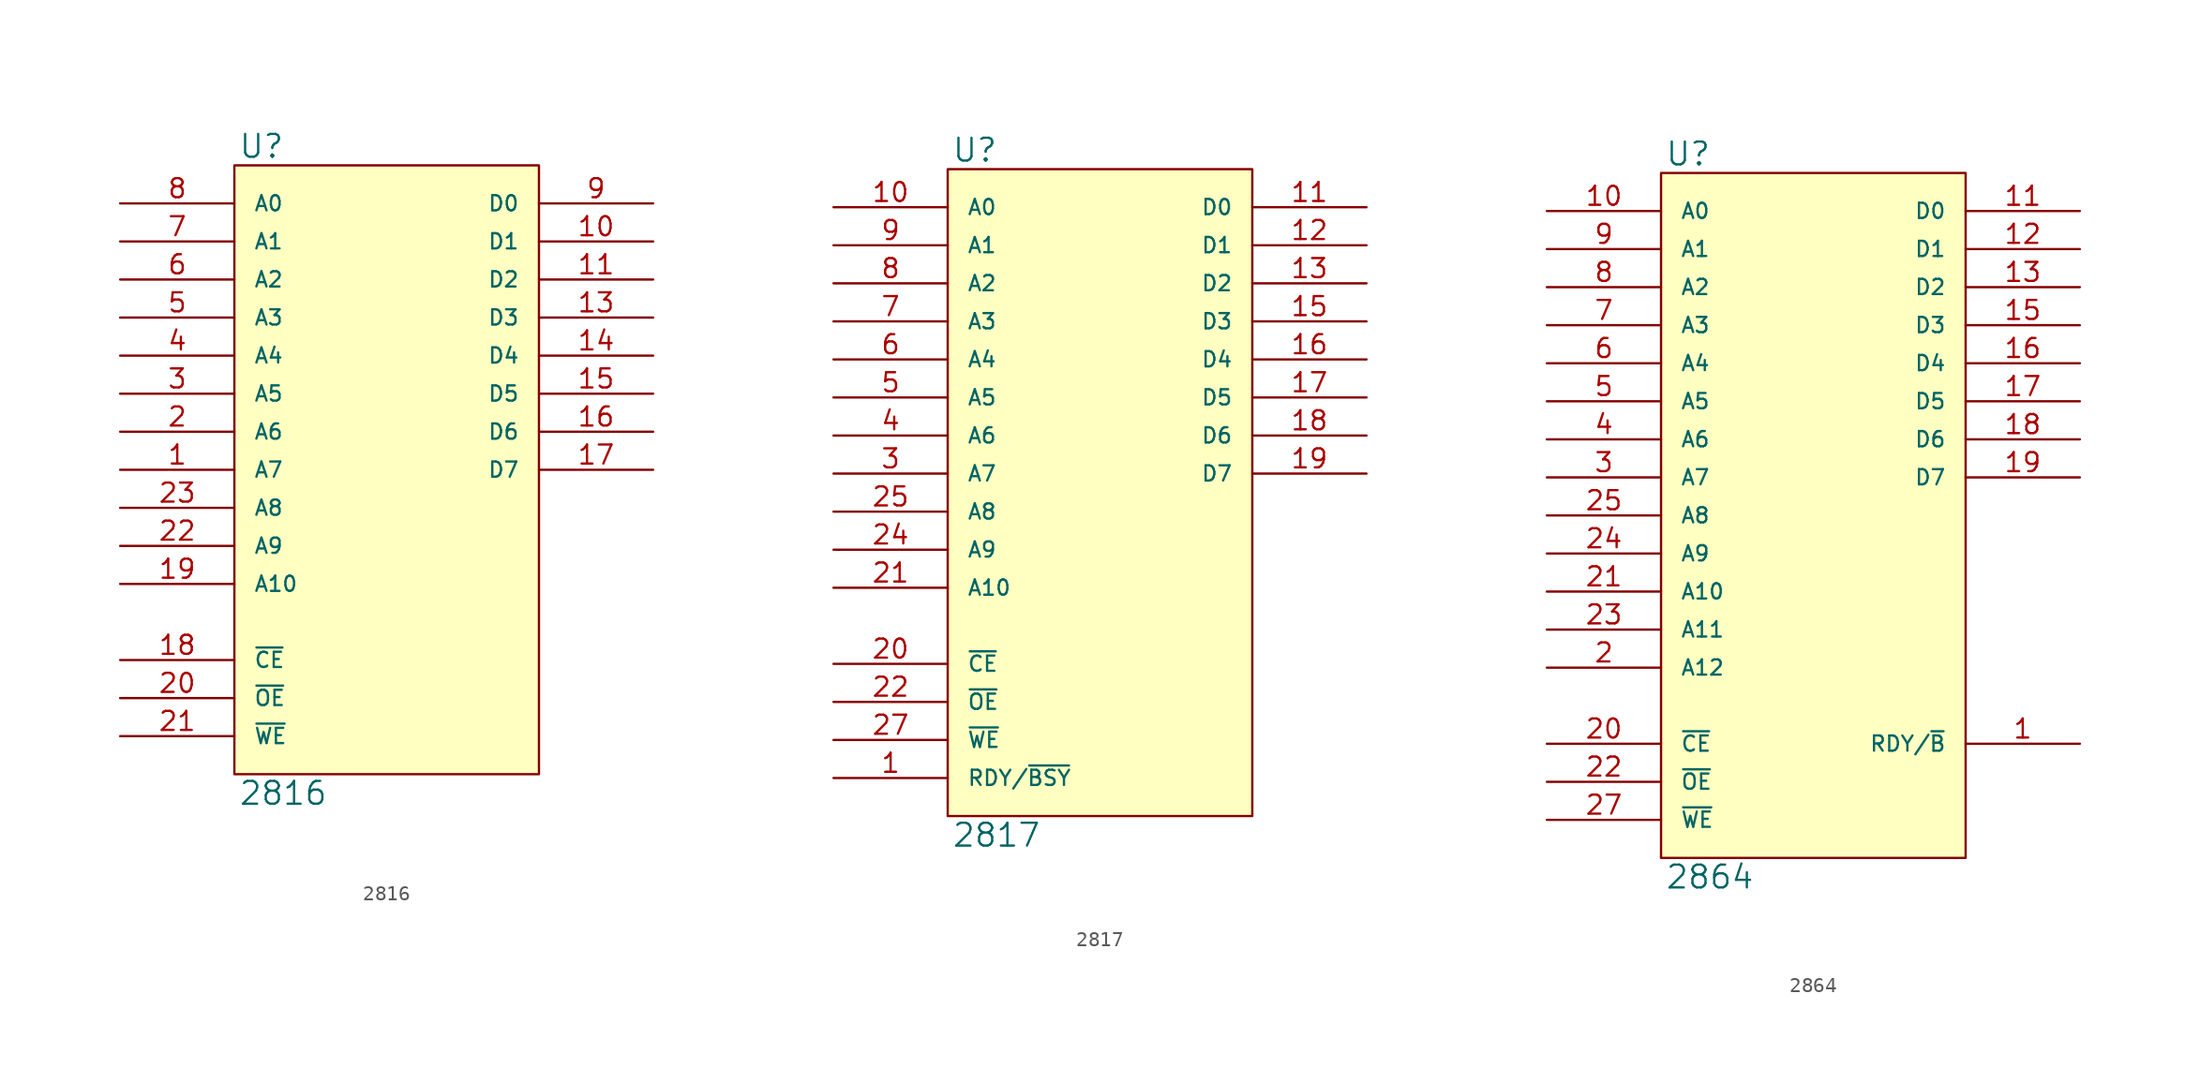
<source format=kicad_sym>
(kicad_symbol_lib
  (version 20231120)
  (generator "kicad_symbol_editor")
  (generator_version "8.0")
  (symbol "2816"
    (pin_names
      (offset 1.27))
    (property "Reference" "U"
      (at 0.254 0.381 0)
      (effects (font (size 1.524 1.524)) (justify left bottom)))
    (property "Value" "2816"
      (at 0.254 -41.021 0)
      (effects (font (size 1.524 1.524)) (justify left top)))
    (symbol "2816_0_1"
      (rectangle (start 0 0) (end 20.32 -40.64) (stroke (width 0) (type solid)) (fill (type background))))
    (symbol "2816_1_1"
      (pin input line (at -7.62 -20.32 0) (length 7.62) (name "A7" (effects (font (size 1.016 1.016)))) (number "1" (effects (font (size 1.27 1.27)))))
      (pin tri_state line (at 27.94 -5.08 180) (length 7.62) (name "D1" (effects (font (size 1.016 1.016)))) (number "10" (effects (font (size 1.27 1.27)))))
      (pin tri_state line (at 27.94 -7.62 180) (length 7.62) (name "D2" (effects (font (size 1.016 1.016)))) (number "11" (effects (font (size 1.27 1.27)))))
      (pin power_in line (at 0 -40.64 90) (length 0) hide (name "GND" (effects (font (size 1.016 1.016)))) (number "12" (effects (font (size 1.27 1.27)))))
      (pin tri_state line (at 27.94 -10.16 180) (length 7.62) (name "D3" (effects (font (size 1.016 1.016)))) (number "13" (effects (font (size 1.27 1.27)))))
      (pin tri_state line (at 27.94 -12.7 180) (length 7.62) (name "D4" (effects (font (size 1.016 1.016)))) (number "14" (effects (font (size 1.27 1.27)))))
      (pin tri_state line (at 27.94 -15.24 180) (length 7.62) (name "D5" (effects (font (size 1.016 1.016)))) (number "15" (effects (font (size 1.27 1.27)))))
      (pin tri_state line (at 27.94 -17.78 180) (length 7.62) (name "D6" (effects (font (size 1.016 1.016)))) (number "16" (effects (font (size 1.27 1.27)))))
      (pin tri_state line (at 27.94 -20.32 180) (length 7.62) (name "D7" (effects (font (size 1.016 1.016)))) (number "17" (effects (font (size 1.27 1.27)))))
      (pin input line (at -7.62 -33.02 0) (length 7.62) (name "~{CE}" (effects (font (size 1.016 1.016)))) (number "18" (effects (font (size 1.27 1.27)))))
      (pin input line (at -7.62 -27.94 0) (length 7.62) (name "A10" (effects (font (size 1.016 1.016)))) (number "19" (effects (font (size 1.27 1.27)))))
      (pin input line (at -7.62 -17.78 0) (length 7.62) (name "A6" (effects (font (size 1.016 1.016)))) (number "2" (effects (font (size 1.27 1.27)))))
      (pin input line (at -7.62 -35.56 0) (length 7.62) (name "~{OE}" (effects (font (size 1.016 1.016)))) (number "20" (effects (font (size 1.27 1.27)))))
      (pin input line (at -7.62 -38.1 0) (length 7.62) (name "~{WE}" (effects (font (size 1.016 1.016)))) (number "21" (effects (font (size 1.27 1.27)))))
      (pin input line (at -7.62 -25.4 0) (length 7.62) (name "A9" (effects (font (size 1.016 1.016)))) (number "22" (effects (font (size 1.27 1.27)))))
      (pin input line (at -7.62 -22.86 0) (length 7.62) (name "A8" (effects (font (size 1.016 1.016)))) (number "23" (effects (font (size 1.27 1.27)))))
      (pin power_in line (at 0 0 270) (length 0) hide (name "VCC" (effects (font (size 1.016 1.016)))) (number "24" (effects (font (size 1.27 1.27)))))
      (pin input line (at -7.62 -15.24 0) (length 7.62) (name "A5" (effects (font (size 1.016 1.016)))) (number "3" (effects (font (size 1.27 1.27)))))
      (pin input line (at -7.62 -12.7 0) (length 7.62) (name "A4" (effects (font (size 1.016 1.016)))) (number "4" (effects (font (size 1.27 1.27)))))
      (pin input line (at -7.62 -10.16 0) (length 7.62) (name "A3" (effects (font (size 1.016 1.016)))) (number "5" (effects (font (size 1.27 1.27)))))
      (pin input line (at -7.62 -7.62 0) (length 7.62) (name "A2" (effects (font (size 1.016 1.016)))) (number "6" (effects (font (size 1.27 1.27)))))
      (pin input line (at -7.62 -5.08 0) (length 7.62) (name "A1" (effects (font (size 1.016 1.016)))) (number "7" (effects (font (size 1.27 1.27)))))
      (pin input line (at -7.62 -2.54 0) (length 7.62) (name "A0" (effects (font (size 1.016 1.016)))) (number "8" (effects (font (size 1.27 1.27)))))
      (pin tri_state line (at 27.94 -2.54 180) (length 7.62) (name "D0" (effects (font (size 1.016 1.016)))) (number "9" (effects (font (size 1.27 1.27)))))))
  (symbol "2817"
    (pin_names
      (offset 1.27))
    (property "Reference" "U"
      (at 0.254 0.381 0)
      (effects (font (size 1.524 1.524)) (justify left bottom)))
    (property "Value" "2817"
      (at 0.254 -43.561 0)
      (effects (font (size 1.524 1.524)) (justify left top)))
    (symbol "2817_0_1"
      (rectangle (start 0 0) (end 20.32 -43.18) (stroke (width 0) (type solid)) (fill (type background))))
    (symbol "2817_1_1"
      (pin input line (at -7.62 -40.64 0) (length 7.62) (name "RDY/~{BSY}" (effects (font (size 1.016 1.016)))) (number "1" (effects (font (size 1.27 1.27)))))
      (pin input line (at -7.62 -2.54 0) (length 7.62) (name "A0" (effects (font (size 1.016 1.016)))) (number "10" (effects (font (size 1.27 1.27)))))
      (pin tri_state line (at 27.94 -2.54 180) (length 7.62) (name "D0" (effects (font (size 1.016 1.016)))) (number "11" (effects (font (size 1.27 1.27)))))
      (pin tri_state line (at 27.94 -5.08 180) (length 7.62) (name "D1" (effects (font (size 1.016 1.016)))) (number "12" (effects (font (size 1.27 1.27)))))
      (pin tri_state line (at 27.94 -7.62 180) (length 7.62) (name "D2" (effects (font (size 1.016 1.016)))) (number "13" (effects (font (size 1.27 1.27)))))
      (pin power_in line (at 0 -43.18 90) (length 0) hide (name "GND" (effects (font (size 1.016 1.016)))) (number "14" (effects (font (size 1.27 1.27)))))
      (pin tri_state line (at 27.94 -10.16 180) (length 7.62) (name "D3" (effects (font (size 1.016 1.016)))) (number "15" (effects (font (size 1.27 1.27)))))
      (pin tri_state line (at 27.94 -12.7 180) (length 7.62) (name "D4" (effects (font (size 1.016 1.016)))) (number "16" (effects (font (size 1.27 1.27)))))
      (pin tri_state line (at 27.94 -15.24 180) (length 7.62) (name "D5" (effects (font (size 1.016 1.016)))) (number "17" (effects (font (size 1.27 1.27)))))
      (pin tri_state line (at 27.94 -17.78 180) (length 7.62) (name "D6" (effects (font (size 1.016 1.016)))) (number "18" (effects (font (size 1.27 1.27)))))
      (pin tri_state line (at 27.94 -20.32 180) (length 7.62) (name "D7" (effects (font (size 1.016 1.016)))) (number "19" (effects (font (size 1.27 1.27)))))
      (pin input line (at -7.62 -33.02 0) (length 7.62) (name "~{CE}" (effects (font (size 1.016 1.016)))) (number "20" (effects (font (size 1.27 1.27)))))
      (pin input line (at -7.62 -27.94 0) (length 7.62) (name "A10" (effects (font (size 1.016 1.016)))) (number "21" (effects (font (size 1.27 1.27)))))
      (pin input line (at -7.62 -35.56 0) (length 7.62) (name "~{OE}" (effects (font (size 1.016 1.016)))) (number "22" (effects (font (size 1.27 1.27)))))
      (pin input line (at -7.62 -25.4 0) (length 7.62) (name "A9" (effects (font (size 1.016 1.016)))) (number "24" (effects (font (size 1.27 1.27)))))
      (pin input line (at -7.62 -22.86 0) (length 7.62) (name "A8" (effects (font (size 1.016 1.016)))) (number "25" (effects (font (size 1.27 1.27)))))
      (pin input line (at -7.62 -38.1 0) (length 7.62) (name "~{WE}" (effects (font (size 1.016 1.016)))) (number "27" (effects (font (size 1.27 1.27)))))
      (pin power_in line (at 0 0 270) (length 0) hide (name "VCC" (effects (font (size 1.016 1.016)))) (number "28" (effects (font (size 1.27 1.27)))))
      (pin input line (at -7.62 -20.32 0) (length 7.62) (name "A7" (effects (font (size 1.016 1.016)))) (number "3" (effects (font (size 1.27 1.27)))))
      (pin input line (at -7.62 -17.78 0) (length 7.62) (name "A6" (effects (font (size 1.016 1.016)))) (number "4" (effects (font (size 1.27 1.27)))))
      (pin input line (at -7.62 -15.24 0) (length 7.62) (name "A5" (effects (font (size 1.016 1.016)))) (number "5" (effects (font (size 1.27 1.27)))))
      (pin input line (at -7.62 -12.7 0) (length 7.62) (name "A4" (effects (font (size 1.016 1.016)))) (number "6" (effects (font (size 1.27 1.27)))))
      (pin input line (at -7.62 -10.16 0) (length 7.62) (name "A3" (effects (font (size 1.016 1.016)))) (number "7" (effects (font (size 1.27 1.27)))))
      (pin input line (at -7.62 -7.62 0) (length 7.62) (name "A2" (effects (font (size 1.016 1.016)))) (number "8" (effects (font (size 1.27 1.27)))))
      (pin input line (at -7.62 -5.08 0) (length 7.62) (name "A1" (effects (font (size 1.016 1.016)))) (number "9" (effects (font (size 1.27 1.27)))))))
  (symbol "2864"
    (pin_names
      (offset 1.27))
    (property "Reference" "U"
      (at 0.254 0.381 0)
      (effects (font (size 1.524 1.524)) (justify left bottom)))
    (property "Value" "2864"
      (at 0.254 -46.101 0)
      (effects (font (size 1.524 1.524)) (justify left top)))
    (symbol "2864_0_1"
      (rectangle (start 0 0) (end 20.32 -45.72) (stroke (width 0) (type solid)) (fill (type background))))
    (symbol "2864_1_1"
      (pin output line (at 27.94 -38.1 180) (length 7.62) (name "RDY/~{B}" (effects (font (size 1.016 1.016)))) (number "1" (effects (font (size 1.27 1.27)))))
      (pin input line (at -7.62 -2.54 0) (length 7.62) (name "A0" (effects (font (size 1.016 1.016)))) (number "10" (effects (font (size 1.27 1.27)))))
      (pin tri_state line (at 27.94 -2.54 180) (length 7.62) (name "D0" (effects (font (size 1.016 1.016)))) (number "11" (effects (font (size 1.27 1.27)))))
      (pin tri_state line (at 27.94 -5.08 180) (length 7.62) (name "D1" (effects (font (size 1.016 1.016)))) (number "12" (effects (font (size 1.27 1.27)))))
      (pin tri_state line (at 27.94 -7.62 180) (length 7.62) (name "D2" (effects (font (size 1.016 1.016)))) (number "13" (effects (font (size 1.27 1.27)))))
      (pin power_in line (at 0 -45.72 90) (length 0) hide (name "GND" (effects (font (size 1.016 1.016)))) (number "14" (effects (font (size 1.27 1.27)))))
      (pin tri_state line (at 27.94 -10.16 180) (length 7.62) (name "D3" (effects (font (size 1.016 1.016)))) (number "15" (effects (font (size 1.27 1.27)))))
      (pin tri_state line (at 27.94 -12.7 180) (length 7.62) (name "D4" (effects (font (size 1.016 1.016)))) (number "16" (effects (font (size 1.27 1.27)))))
      (pin tri_state line (at 27.94 -15.24 180) (length 7.62) (name "D5" (effects (font (size 1.016 1.016)))) (number "17" (effects (font (size 1.27 1.27)))))
      (pin tri_state line (at 27.94 -17.78 180) (length 7.62) (name "D6" (effects (font (size 1.016 1.016)))) (number "18" (effects (font (size 1.27 1.27)))))
      (pin tri_state line (at 27.94 -20.32 180) (length 7.62) (name "D7" (effects (font (size 1.016 1.016)))) (number "19" (effects (font (size 1.27 1.27)))))
      (pin input line (at -7.62 -33.02 0) (length 7.62) (name "A12" (effects (font (size 1.016 1.016)))) (number "2" (effects (font (size 1.27 1.27)))))
      (pin input line (at -7.62 -38.1 0) (length 7.62) (name "~{CE}" (effects (font (size 1.016 1.016)))) (number "20" (effects (font (size 1.27 1.27)))))
      (pin input line (at -7.62 -27.94 0) (length 7.62) (name "A10" (effects (font (size 1.016 1.016)))) (number "21" (effects (font (size 1.27 1.27)))))
      (pin input line (at -7.62 -40.64 0) (length 7.62) (name "~{OE}" (effects (font (size 1.016 1.016)))) (number "22" (effects (font (size 1.27 1.27)))))
      (pin input line (at -7.62 -30.48 0) (length 7.62) (name "A11" (effects (font (size 1.016 1.016)))) (number "23" (effects (font (size 1.27 1.27)))))
      (pin input line (at -7.62 -25.4 0) (length 7.62) (name "A9" (effects (font (size 1.016 1.016)))) (number "24" (effects (font (size 1.27 1.27)))))
      (pin input line (at -7.62 -22.86 0) (length 7.62) (name "A8" (effects (font (size 1.016 1.016)))) (number "25" (effects (font (size 1.27 1.27)))))
      (pin input line (at -7.62 -43.18 0) (length 7.62) (name "~{WE}" (effects (font (size 1.016 1.016)))) (number "27" (effects (font (size 1.27 1.27)))))
      (pin power_in line (at 0 0 270) (length 0) hide (name "VCC" (effects (font (size 1.016 1.016)))) (number "28" (effects (font (size 1.27 1.27)))))
      (pin input line (at -7.62 -20.32 0) (length 7.62) (name "A7" (effects (font (size 1.016 1.016)))) (number "3" (effects (font (size 1.27 1.27)))))
      (pin input line (at -7.62 -17.78 0) (length 7.62) (name "A6" (effects (font (size 1.016 1.016)))) (number "4" (effects (font (size 1.27 1.27)))))
      (pin input line (at -7.62 -15.24 0) (length 7.62) (name "A5" (effects (font (size 1.016 1.016)))) (number "5" (effects (font (size 1.27 1.27)))))
      (pin input line (at -7.62 -12.7 0) (length 7.62) (name "A4" (effects (font (size 1.016 1.016)))) (number "6" (effects (font (size 1.27 1.27)))))
      (pin input line (at -7.62 -10.16 0) (length 7.62) (name "A3" (effects (font (size 1.016 1.016)))) (number "7" (effects (font (size 1.27 1.27)))))
      (pin input line (at -7.62 -7.62 0) (length 7.62) (name "A2" (effects (font (size 1.016 1.016)))) (number "8" (effects (font (size 1.27 1.27)))))
      (pin input line (at -7.62 -5.08 0) (length 7.62) (name "A1" (effects (font (size 1.016 1.016)))) (number "9" (effects (font (size 1.27 1.27))))))))
</source>
